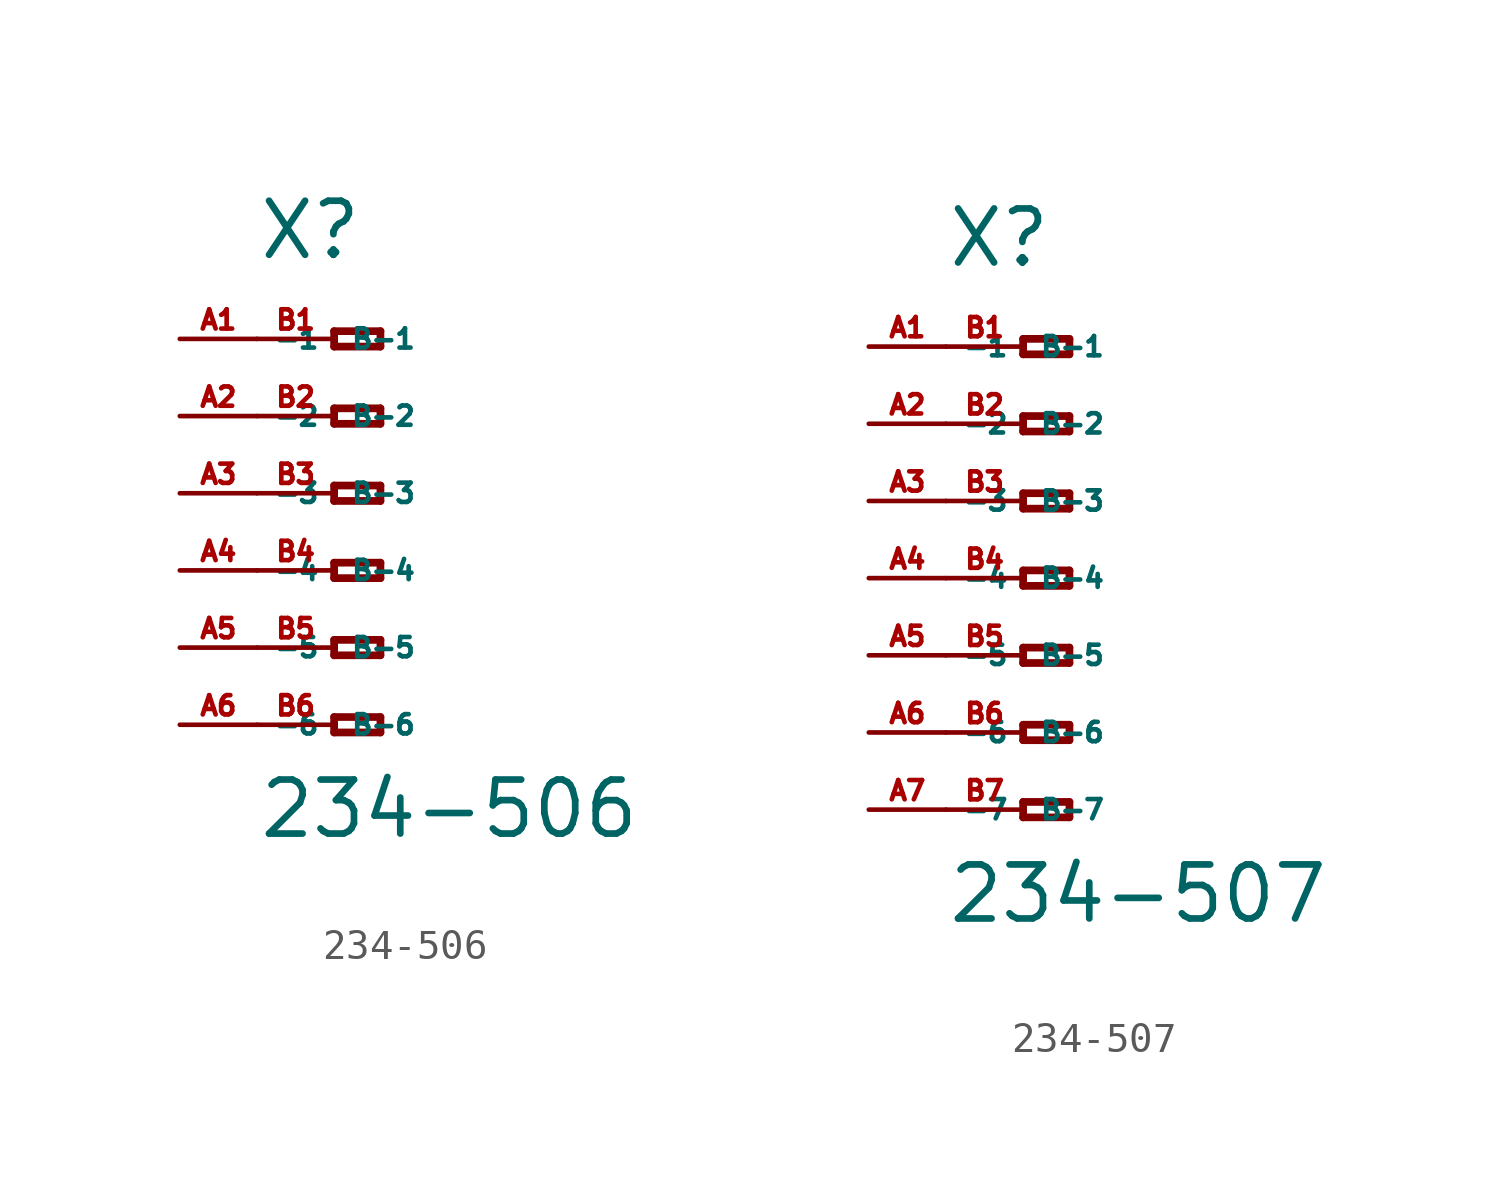
<source format=kicad_sym>
(kicad_symbol_lib
  (version 20220914)
  (generator Eagle2Kicad)
  (symbol "234-506"
    (property "Reference" "X"
      (at -5.08 7.62 0)
      (effects (font (size 1.778 1.778) (thickness 0.22)) (justify left bottom)))
    (property "Value" "234-506"
      (at -5.08 -11.43 0)
      (effects (font (size 1.778 1.778) (thickness 0.22)) (justify left bottom)))
    (polyline
      (pts (xy -2.54 5.334) (xy -2.54 4.826))
      (stroke (width 0.254) (type default))
      (fill (type none)))
    (polyline
      (pts (xy -2.54 4.826) (xy -1.016 4.826))
      (stroke (width 0.254) (type default))
      (fill (type none)))
    (polyline
      (pts (xy -1.016 4.826) (xy -1.016 5.334))
      (stroke (width 0.254) (type default))
      (fill (type none)))
    (polyline
      (pts (xy -1.016 5.334) (xy -2.54 5.334))
      (stroke (width 0.254) (type default))
      (fill (type none)))
    (polyline
      (pts (xy -2.54 2.794) (xy -2.54 2.286))
      (stroke (width 0.254) (type default))
      (fill (type none)))
    (polyline
      (pts (xy -2.54 2.286) (xy -1.016 2.286))
      (stroke (width 0.254) (type default))
      (fill (type none)))
    (polyline
      (pts (xy -1.016 2.286) (xy -1.016 2.794))
      (stroke (width 0.254) (type default))
      (fill (type none)))
    (polyline
      (pts (xy -1.016 2.794) (xy -2.54 2.794))
      (stroke (width 0.254) (type default))
      (fill (type none)))
    (polyline
      (pts (xy -2.54 0.254) (xy -2.54 -0.254))
      (stroke (width 0.254) (type default))
      (fill (type none)))
    (polyline
      (pts (xy -2.54 -0.254) (xy -1.016 -0.254))
      (stroke (width 0.254) (type default))
      (fill (type none)))
    (polyline
      (pts (xy -1.016 -0.254) (xy -1.016 0.254))
      (stroke (width 0.254) (type default))
      (fill (type none)))
    (polyline
      (pts (xy -1.016 0.254) (xy -2.54 0.254))
      (stroke (width 0.254) (type default))
      (fill (type none)))
    (polyline
      (pts (xy -2.54 -2.286) (xy -2.54 -2.794))
      (stroke (width 0.254) (type default))
      (fill (type none)))
    (polyline
      (pts (xy -2.54 -2.794) (xy -1.016 -2.794))
      (stroke (width 0.254) (type default))
      (fill (type none)))
    (polyline
      (pts (xy -1.016 -2.794) (xy -1.016 -2.286))
      (stroke (width 0.254) (type default))
      (fill (type none)))
    (polyline
      (pts (xy -1.016 -2.286) (xy -2.54 -2.286))
      (stroke (width 0.254) (type default))
      (fill (type none)))
    (polyline
      (pts (xy -2.54 -4.826) (xy -2.54 -5.334))
      (stroke (width 0.254) (type default))
      (fill (type none)))
    (polyline
      (pts (xy -2.54 -5.334) (xy -1.016 -5.334))
      (stroke (width 0.254) (type default))
      (fill (type none)))
    (polyline
      (pts (xy -1.016 -5.334) (xy -1.016 -4.826))
      (stroke (width 0.254) (type default))
      (fill (type none)))
    (polyline
      (pts (xy -1.016 -4.826) (xy -2.54 -4.826))
      (stroke (width 0.254) (type default))
      (fill (type none)))
    (polyline
      (pts (xy -2.54 -7.366) (xy -2.54 -7.874))
      (stroke (width 0.254) (type default))
      (fill (type none)))
    (polyline
      (pts (xy -2.54 -7.874) (xy -1.016 -7.874))
      (stroke (width 0.254) (type default))
      (fill (type none)))
    (polyline
      (pts (xy -1.016 -7.874) (xy -1.016 -7.366))
      (stroke (width 0.254) (type default))
      (fill (type none)))
    (polyline
      (pts (xy -1.016 -7.366) (xy -2.54 -7.366))
      (stroke (width 0.254) (type default))
      (fill (type none)))
    (pin passive line
      (at -7.62 5.08 0)
      (length 2.54)
      (name "-1" (effects (font (size 0.635 0.635) (thickness 0.08)) (justify left bottom)))
      (number "A1" (effects (font (size 0.635 0.635) (thickness 0.08)) (justify left bottom))))
    (pin passive line
      (at -7.62 2.54 0)
      (length 2.54)
      (name "-2" (effects (font (size 0.635 0.635) (thickness 0.08)) (justify left bottom)))
      (number "A2" (effects (font (size 0.635 0.635) (thickness 0.08)) (justify left bottom))))
    (pin passive line
      (at -7.62 0 0)
      (length 2.54)
      (name "-3" (effects (font (size 0.635 0.635) (thickness 0.08)) (justify left bottom)))
      (number "A3" (effects (font (size 0.635 0.635) (thickness 0.08)) (justify left bottom))))
    (pin passive line
      (at -7.62 -2.54 0)
      (length 2.54)
      (name "-4" (effects (font (size 0.635 0.635) (thickness 0.08)) (justify left bottom)))
      (number "A4" (effects (font (size 0.635 0.635) (thickness 0.08)) (justify left bottom))))
    (pin passive line
      (at -7.62 -5.08 0)
      (length 2.54)
      (name "-5" (effects (font (size 0.635 0.635) (thickness 0.08)) (justify left bottom)))
      (number "A5" (effects (font (size 0.635 0.635) (thickness 0.08)) (justify left bottom))))
    (pin passive line
      (at -7.62 -7.62 0)
      (length 2.54)
      (name "-6" (effects (font (size 0.635 0.635) (thickness 0.08)) (justify left bottom)))
      (number "A6" (effects (font (size 0.635 0.635) (thickness 0.08)) (justify left bottom))))
    (pin passive line
      (at -5.08 -7.62 0)
      (length 2.54)
      (name "B-6" (effects (font (size 0.635 0.635) (thickness 0.08)) (justify left bottom)))
      (number "B6" (effects (font (size 0.635 0.635) (thickness 0.08)) (justify left bottom))))
    (pin passive line
      (at -5.08 5.08 0)
      (length 2.54)
      (name "B-1" (effects (font (size 0.635 0.635) (thickness 0.08)) (justify left bottom)))
      (number "B1" (effects (font (size 0.635 0.635) (thickness 0.08)) (justify left bottom))))
    (pin passive line
      (at -5.08 2.54 0)
      (length 2.54)
      (name "B-2" (effects (font (size 0.635 0.635) (thickness 0.08)) (justify left bottom)))
      (number "B2" (effects (font (size 0.635 0.635) (thickness 0.08)) (justify left bottom))))
    (pin passive line
      (at -5.08 0 0)
      (length 2.54)
      (name "B-3" (effects (font (size 0.635 0.635) (thickness 0.08)) (justify left bottom)))
      (number "B3" (effects (font (size 0.635 0.635) (thickness 0.08)) (justify left bottom))))
    (pin passive line
      (at -5.08 -2.54 0)
      (length 2.54)
      (name "B-4" (effects (font (size 0.635 0.635) (thickness 0.08)) (justify left bottom)))
      (number "B4" (effects (font (size 0.635 0.635) (thickness 0.08)) (justify left bottom))))
    (pin passive line
      (at -5.08 -5.08 0)
      (length 2.54)
      (name "B-5" (effects (font (size 0.635 0.635) (thickness 0.08)) (justify left bottom)))
      (number "B5" (effects (font (size 0.635 0.635) (thickness 0.08)) (justify left bottom)))))
  (symbol "234-507"
    (property "Reference" "X"
      (at -5.08 10.16 0)
      (effects (font (size 1.778 1.778) (thickness 0.22)) (justify left bottom)))
    (property "Value" "234-507"
      (at -5.08 -11.43 0)
      (effects (font (size 1.778 1.778) (thickness 0.22)) (justify left bottom)))
    (polyline
      (pts (xy -2.54 7.874) (xy -2.54 7.366))
      (stroke (width 0.254) (type default))
      (fill (type none)))
    (polyline
      (pts (xy -2.54 7.366) (xy -1.016 7.366))
      (stroke (width 0.254) (type default))
      (fill (type none)))
    (polyline
      (pts (xy -1.016 7.366) (xy -1.016 7.874))
      (stroke (width 0.254) (type default))
      (fill (type none)))
    (polyline
      (pts (xy -1.016 7.874) (xy -2.54 7.874))
      (stroke (width 0.254) (type default))
      (fill (type none)))
    (polyline
      (pts (xy -2.54 5.334) (xy -2.54 4.826))
      (stroke (width 0.254) (type default))
      (fill (type none)))
    (polyline
      (pts (xy -2.54 4.826) (xy -1.016 4.826))
      (stroke (width 0.254) (type default))
      (fill (type none)))
    (polyline
      (pts (xy -1.016 4.826) (xy -1.016 5.334))
      (stroke (width 0.254) (type default))
      (fill (type none)))
    (polyline
      (pts (xy -1.016 5.334) (xy -2.54 5.334))
      (stroke (width 0.254) (type default))
      (fill (type none)))
    (polyline
      (pts (xy -2.54 2.794) (xy -2.54 2.286))
      (stroke (width 0.254) (type default))
      (fill (type none)))
    (polyline
      (pts (xy -2.54 2.286) (xy -1.016 2.286))
      (stroke (width 0.254) (type default))
      (fill (type none)))
    (polyline
      (pts (xy -1.016 2.286) (xy -1.016 2.794))
      (stroke (width 0.254) (type default))
      (fill (type none)))
    (polyline
      (pts (xy -1.016 2.794) (xy -2.54 2.794))
      (stroke (width 0.254) (type default))
      (fill (type none)))
    (polyline
      (pts (xy -2.54 0.254) (xy -2.54 -0.254))
      (stroke (width 0.254) (type default))
      (fill (type none)))
    (polyline
      (pts (xy -2.54 -0.254) (xy -1.016 -0.254))
      (stroke (width 0.254) (type default))
      (fill (type none)))
    (polyline
      (pts (xy -1.016 -0.254) (xy -1.016 0.254))
      (stroke (width 0.254) (type default))
      (fill (type none)))
    (polyline
      (pts (xy -1.016 0.254) (xy -2.54 0.254))
      (stroke (width 0.254) (type default))
      (fill (type none)))
    (polyline
      (pts (xy -2.54 -2.286) (xy -2.54 -2.794))
      (stroke (width 0.254) (type default))
      (fill (type none)))
    (polyline
      (pts (xy -2.54 -2.794) (xy -1.016 -2.794))
      (stroke (width 0.254) (type default))
      (fill (type none)))
    (polyline
      (pts (xy -1.016 -2.794) (xy -1.016 -2.286))
      (stroke (width 0.254) (type default))
      (fill (type none)))
    (polyline
      (pts (xy -1.016 -2.286) (xy -2.54 -2.286))
      (stroke (width 0.254) (type default))
      (fill (type none)))
    (polyline
      (pts (xy -2.54 -4.826) (xy -2.54 -5.334))
      (stroke (width 0.254) (type default))
      (fill (type none)))
    (polyline
      (pts (xy -2.54 -5.334) (xy -1.016 -5.334))
      (stroke (width 0.254) (type default))
      (fill (type none)))
    (polyline
      (pts (xy -1.016 -5.334) (xy -1.016 -4.826))
      (stroke (width 0.254) (type default))
      (fill (type none)))
    (polyline
      (pts (xy -1.016 -4.826) (xy -2.54 -4.826))
      (stroke (width 0.254) (type default))
      (fill (type none)))
    (polyline
      (pts (xy -2.54 -7.366) (xy -2.54 -7.874))
      (stroke (width 0.254) (type default))
      (fill (type none)))
    (polyline
      (pts (xy -2.54 -7.874) (xy -1.016 -7.874))
      (stroke (width 0.254) (type default))
      (fill (type none)))
    (polyline
      (pts (xy -1.016 -7.874) (xy -1.016 -7.366))
      (stroke (width 0.254) (type default))
      (fill (type none)))
    (polyline
      (pts (xy -1.016 -7.366) (xy -2.54 -7.366))
      (stroke (width 0.254) (type default))
      (fill (type none)))
    (pin passive line
      (at -7.62 7.62 0)
      (length 2.54)
      (name "-1" (effects (font (size 0.635 0.635) (thickness 0.08)) (justify left bottom)))
      (number "A1" (effects (font (size 0.635 0.635) (thickness 0.08)) (justify left bottom))))
    (pin passive line
      (at -7.62 5.08 0)
      (length 2.54)
      (name "-2" (effects (font (size 0.635 0.635) (thickness 0.08)) (justify left bottom)))
      (number "A2" (effects (font (size 0.635 0.635) (thickness 0.08)) (justify left bottom))))
    (pin passive line
      (at -7.62 2.54 0)
      (length 2.54)
      (name "-3" (effects (font (size 0.635 0.635) (thickness 0.08)) (justify left bottom)))
      (number "A3" (effects (font (size 0.635 0.635) (thickness 0.08)) (justify left bottom))))
    (pin passive line
      (at -7.62 0 0)
      (length 2.54)
      (name "-4" (effects (font (size 0.635 0.635) (thickness 0.08)) (justify left bottom)))
      (number "A4" (effects (font (size 0.635 0.635) (thickness 0.08)) (justify left bottom))))
    (pin passive line
      (at -7.62 -2.54 0)
      (length 2.54)
      (name "-5" (effects (font (size 0.635 0.635) (thickness 0.08)) (justify left bottom)))
      (number "A5" (effects (font (size 0.635 0.635) (thickness 0.08)) (justify left bottom))))
    (pin passive line
      (at -7.62 -5.08 0)
      (length 2.54)
      (name "-6" (effects (font (size 0.635 0.635) (thickness 0.08)) (justify left bottom)))
      (number "A6" (effects (font (size 0.635 0.635) (thickness 0.08)) (justify left bottom))))
    (pin passive line
      (at -7.62 -7.62 0)
      (length 2.54)
      (name "-7" (effects (font (size 0.635 0.635) (thickness 0.08)) (justify left bottom)))
      (number "A7" (effects (font (size 0.635 0.635) (thickness 0.08)) (justify left bottom))))
    (pin passive line
      (at -5.08 -7.62 0)
      (length 2.54)
      (name "B-7" (effects (font (size 0.635 0.635) (thickness 0.08)) (justify left bottom)))
      (number "B7" (effects (font (size 0.635 0.635) (thickness 0.08)) (justify left bottom))))
    (pin passive line
      (at -5.08 7.62 0)
      (length 2.54)
      (name "B-1" (effects (font (size 0.635 0.635) (thickness 0.08)) (justify left bottom)))
      (number "B1" (effects (font (size 0.635 0.635) (thickness 0.08)) (justify left bottom))))
    (pin passive line
      (at -5.08 5.08 0)
      (length 2.54)
      (name "B-2" (effects (font (size 0.635 0.635) (thickness 0.08)) (justify left bottom)))
      (number "B2" (effects (font (size 0.635 0.635) (thickness 0.08)) (justify left bottom))))
    (pin passive line
      (at -5.08 2.54 0)
      (length 2.54)
      (name "B-3" (effects (font (size 0.635 0.635) (thickness 0.08)) (justify left bottom)))
      (number "B3" (effects (font (size 0.635 0.635) (thickness 0.08)) (justify left bottom))))
    (pin passive line
      (at -5.08 0 0)
      (length 2.54)
      (name "B-4" (effects (font (size 0.635 0.635) (thickness 0.08)) (justify left bottom)))
      (number "B4" (effects (font (size 0.635 0.635) (thickness 0.08)) (justify left bottom))))
    (pin passive line
      (at -5.08 -2.54 0)
      (length 2.54)
      (name "B-5" (effects (font (size 0.635 0.635) (thickness 0.08)) (justify left bottom)))
      (number "B5" (effects (font (size 0.635 0.635) (thickness 0.08)) (justify left bottom))))
    (pin passive line
      (at -5.08 -5.08 0)
      (length 2.54)
      (name "B-6" (effects (font (size 0.635 0.635) (thickness 0.08)) (justify left bottom)))
      (number "B6" (effects (font (size 0.635 0.635) (thickness 0.08)) (justify left bottom))))))
</source>
